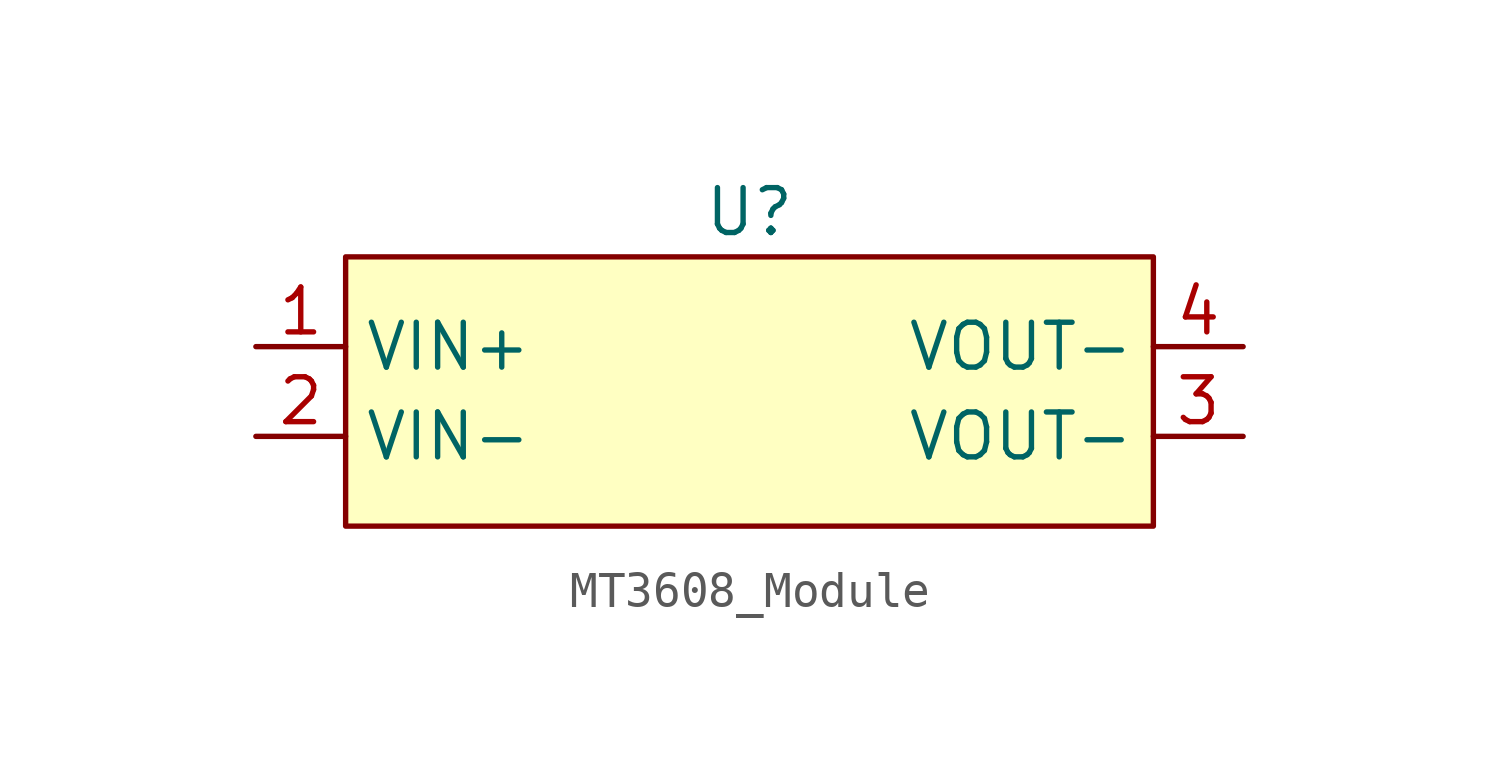
<source format=kicad_sym>
(kicad_symbol_lib
  (version 20231120)
  (generator "kicad_symbol_editor")
  (generator_version "8.0")
  (symbol "MT3608_Module"
    (property "Reference" "U"
      (at 0 5.08 0)
      (effects (font (size 1.27 1.27))))
    (property "Value" ""
      (at 0 5.08 0)
      (effects (font (size 1.27 1.27))))
    (symbol "MT3608_Module_0_1"
      (rectangle (start -11.43 3.81) (end 11.43 -3.81) (stroke (width 0) (type solid)) (fill (type background))))
    (symbol "MT3608_Module_1_1"
      (pin input line (at -13.97 1.27 0) (length 2.54) (name "VIN+" (effects (font (size 1.27 1.27)))) (number "1" (effects (font (size 1.27 1.27)))))
      (pin input line (at -13.97 -1.27 0) (length 2.54) (name "VIN-" (effects (font (size 1.27 1.27)))) (number "2" (effects (font (size 1.27 1.27)))))
      (pin input line (at 13.97 -1.27 180) (length 2.54) (name "VOUT-" (effects (font (size 1.27 1.27)))) (number "3" (effects (font (size 1.27 1.27)))))
      (pin input line (at 13.97 1.27 180) (length 2.54) (name "VOUT-" (effects (font (size 1.27 1.27)))) (number "4" (effects (font (size 1.27 1.27))))))))
</source>
